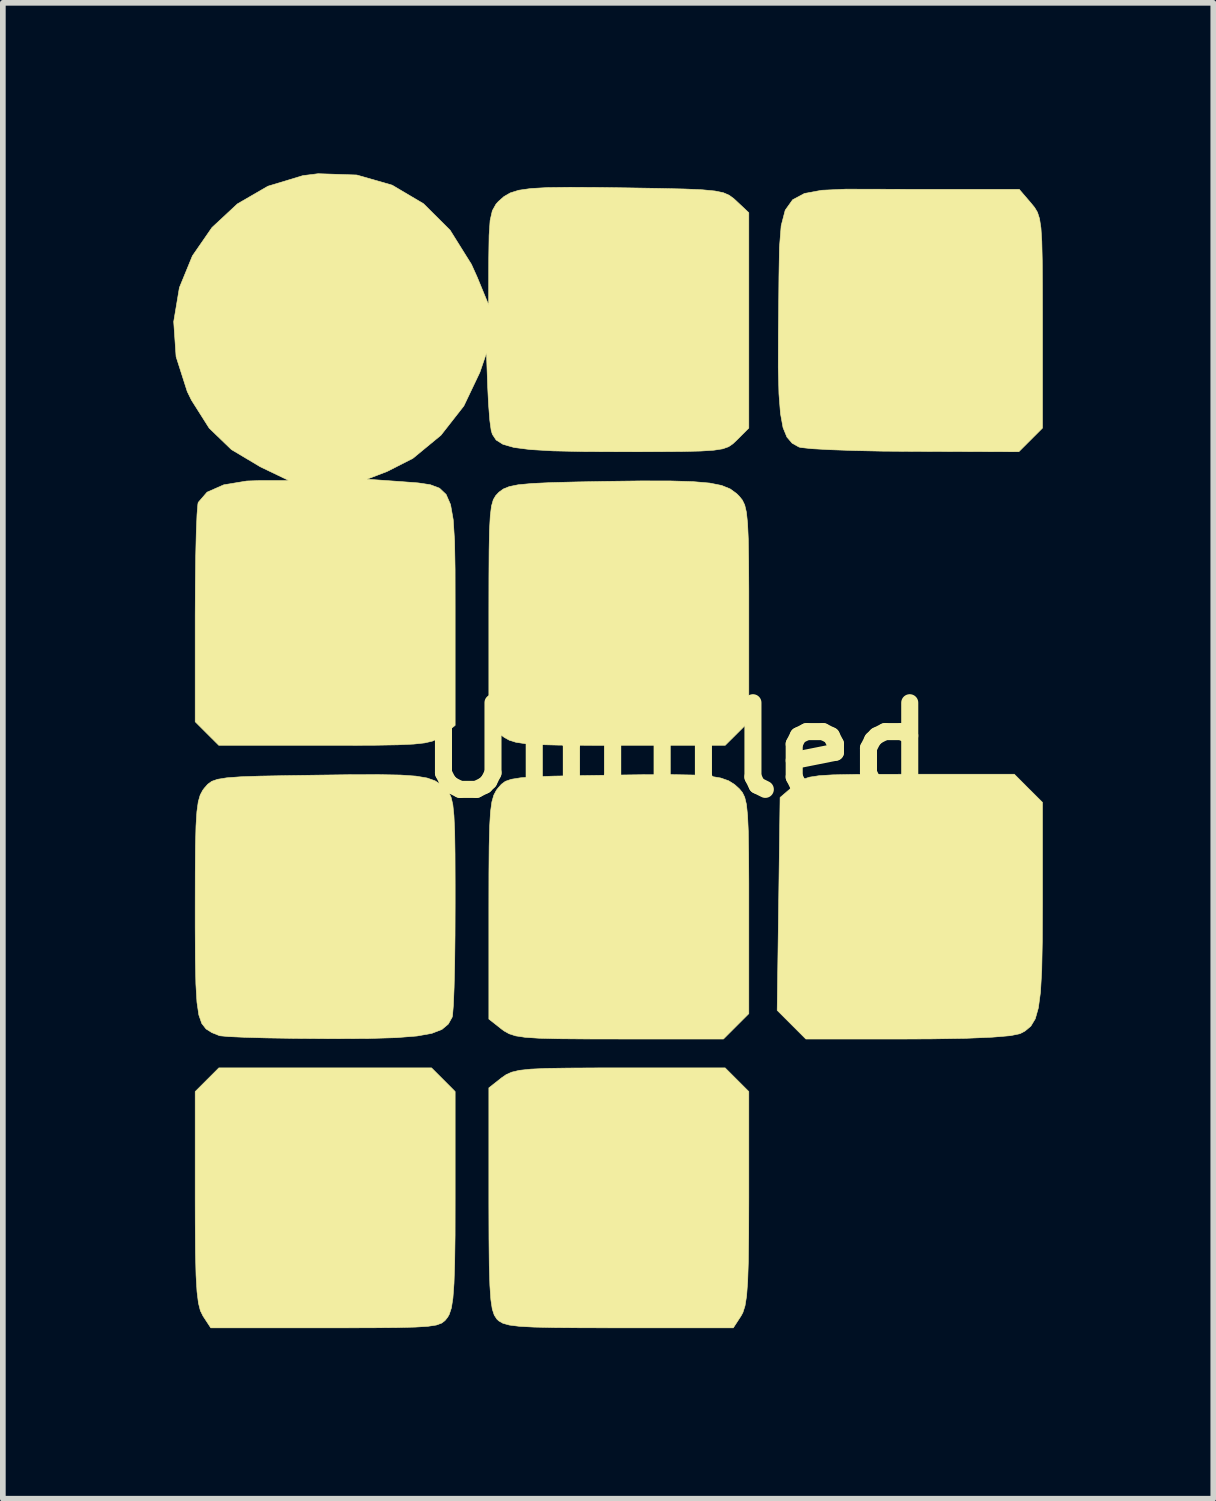
<source format=kicad_pcb>
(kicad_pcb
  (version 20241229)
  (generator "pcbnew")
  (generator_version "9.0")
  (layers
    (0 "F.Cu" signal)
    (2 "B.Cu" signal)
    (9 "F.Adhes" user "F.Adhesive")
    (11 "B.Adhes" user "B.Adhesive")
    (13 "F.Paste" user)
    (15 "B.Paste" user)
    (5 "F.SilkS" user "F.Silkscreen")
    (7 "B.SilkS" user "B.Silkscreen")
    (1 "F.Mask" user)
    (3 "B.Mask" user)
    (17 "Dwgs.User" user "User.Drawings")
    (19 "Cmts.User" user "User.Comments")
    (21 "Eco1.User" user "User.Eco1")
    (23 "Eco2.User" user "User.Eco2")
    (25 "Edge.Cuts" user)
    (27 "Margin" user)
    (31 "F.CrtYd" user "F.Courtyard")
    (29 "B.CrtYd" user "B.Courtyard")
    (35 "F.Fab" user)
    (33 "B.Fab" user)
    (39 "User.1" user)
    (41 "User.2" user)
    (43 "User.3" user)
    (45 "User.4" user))
  (footprint "Untitled"
    (layer "F.Cu")
    (at 8.85 10.144)
    (property "Reference" "Untitled" (at 0 0 0) (layer "F.SilkS") (effects (font (size 1.524 1.524) (thickness 0.3))))
    (attr through_hole)
    (fp_poly (pts (xy 6.187 0.671) (xy 6.435 0.918) (xy 6.435 2.699) (xy 6.432 3.358) (xy 6.422 3.869) (xy 6.4 4.253) (xy 6.363 4.531) (xy 6.308 4.725) (xy 6.23 4.854) (xy 6.126 4.941) (xy 6.04 4.986) (xy 5.873 5.021) (xy 5.55 5.048) (xy 5.082 5.068) (xy 4.484 5.078) (xy 4.054 5.08) (xy 2.273 5.08) (xy 1.769 4.576) (xy 1.795 2.704) (xy 1.82 0.832) (xy 2.058 0.628) (xy 2.14 0.56) (xy 2.227 0.51) (xy 2.34 0.474) (xy 2.505 0.449) (xy 2.744 0.434) (xy 3.083 0.427) (xy 3.545 0.424) (xy 4.118 0.423) (xy 5.94 0.423) (xy 6.187 0.671)) (stroke (width 0.01) (type solid)) (fill yes) (layer "F.SilkS"))
    (fp_poly (pts (xy -4.102 5.796) (xy -3.895 6.004) (xy -3.895 7.894) (xy -3.896 8.529) (xy -3.903 9.017) (xy -3.915 9.378) (xy -3.934 9.636) (xy -3.961 9.81) (xy -3.999 9.924) (xy -4.026 9.972) (xy -4.073 10.031) (xy -4.131 10.076) (xy -4.224 10.11) (xy -4.373 10.133) (xy -4.598 10.147) (xy -4.921 10.155) (xy -5.365 10.159) (xy -5.948 10.16) (xy -6.176 10.16) (xy -8.193 10.16) (xy -8.33 9.951) (xy -8.376 9.858) (xy -8.41 9.723) (xy -8.435 9.523) (xy -8.452 9.236) (xy -8.462 8.839) (xy -8.466 8.311) (xy -8.467 7.873) (xy -8.467 6.004) (xy -8.051 5.588) (xy -4.31 5.588) (xy -4.102 5.796)) (stroke (width 0.01) (type solid)) (fill yes) (layer "F.SilkS"))
    (fp_poly (pts (xy 1.27 6.004) (xy 1.27 7.873) (xy 1.268 8.502) (xy 1.262 8.985) (xy 1.25 9.342) (xy 1.231 9.598) (xy 1.203 9.774) (xy 1.165 9.893) (xy 1.133 9.951) (xy 0.997 10.16) (xy -1.013 10.16) (xy -1.652 10.159) (xy -2.142 10.155) (xy -2.507 10.147) (xy -2.766 10.133) (xy -2.941 10.111) (xy -3.054 10.08) (xy -3.126 10.039) (xy -3.162 10.005) (xy -3.207 9.936) (xy -3.242 9.83) (xy -3.267 9.663) (xy -3.284 9.416) (xy -3.295 9.065) (xy -3.3 8.591) (xy -3.302 7.972) (xy -3.302 7.895) (xy -3.302 5.939) (xy -3.079 5.763) (xy -2.997 5.706) (xy -2.9 5.663) (xy -2.766 5.631) (xy -2.571 5.61) (xy -2.292 5.597) (xy -1.904 5.591) (xy -1.384 5.588) (xy -1.001 5.588) (xy 0.854 5.588) (xy 1.27 6.004)) (stroke (width 0.01) (type solid)) (fill yes) (layer "F.SilkS"))
    (fp_poly (pts (xy 3.529 -9.866) (xy 4.116 -9.864) (xy 6.026 -9.864) (xy 6.23 -9.626) (xy 6.297 -9.544) (xy 6.347 -9.46) (xy 6.383 -9.348) (xy 6.408 -9.185) (xy 6.423 -8.949) (xy 6.431 -8.615) (xy 6.434 -8.16) (xy 6.435 -7.561) (xy 6.435 -5.665) (xy 6.227 -5.457) (xy 6.019 -5.249) (xy 4.174 -5.255) (xy 3.622 -5.259) (xy 3.119 -5.27) (xy 2.693 -5.285) (xy 2.372 -5.303) (xy 2.182 -5.324) (xy 2.151 -5.332) (xy 2.032 -5.399) (xy 1.94 -5.507) (xy 1.872 -5.673) (xy 1.827 -5.92) (xy 1.8 -6.266) (xy 1.788 -6.731) (xy 1.79 -7.336) (xy 1.794 -7.689) (xy 1.8 -8.338) (xy 1.809 -8.843) (xy 1.839 -9.224) (xy 1.91 -9.497) (xy 2.041 -9.681) (xy 2.249 -9.792) (xy 2.554 -9.848) (xy 2.974 -9.867) (xy 3.529 -9.866)) (stroke (width 0.01) (type solid)) (fill yes) (layer "F.SilkS"))
    (fp_poly (pts (xy -0.103 -4.735) (xy 0.291 -4.723) (xy 0.582 -4.698) (xy 0.792 -4.656) (xy 0.942 -4.595) (xy 1.055 -4.513) (xy 1.101 -4.467) (xy 1.156 -4.399) (xy 1.198 -4.312) (xy 1.228 -4.183) (xy 1.248 -3.991) (xy 1.261 -3.712) (xy 1.267 -3.323) (xy 1.27 -2.803) (xy 1.27 -2.393) (xy 1.27 -0.5) (xy 1.062 -0.292) (xy 0.854 -0.085) (xy -1.001 -0.085) (xy -1.61 -0.086) (xy -2.074 -0.089) (xy -2.416 -0.098) (xy -2.659 -0.114) (xy -2.826 -0.139) (xy -2.942 -0.175) (xy -3.03 -0.224) (xy -3.079 -0.26) (xy -3.302 -0.436) (xy -3.302 -2.406) (xy -3.301 -3.034) (xy -3.298 -3.515) (xy -3.291 -3.871) (xy -3.277 -4.123) (xy -3.256 -4.293) (xy -3.224 -4.405) (xy -3.181 -4.478) (xy -3.125 -4.537) (xy -3.124 -4.538) (xy -3.047 -4.594) (xy -2.943 -4.636) (xy -2.786 -4.668) (xy -2.552 -4.69) (xy -2.217 -4.706) (xy -1.756 -4.718) (xy -1.289 -4.727) (xy -0.622 -4.736) (xy -0.103 -4.735)) (stroke (width 0.01) (type solid)) (fill yes) (layer "F.SilkS"))
    (fp_poly (pts (xy 0.304 0.437) (xy 0.579 0.456) (xy 0.775 0.489) (xy 0.915 0.538) (xy 1.021 0.605) (xy 1.103 0.679) (xy 1.157 0.744) (xy 1.198 0.828) (xy 1.228 0.954) (xy 1.248 1.146) (xy 1.261 1.425) (xy 1.267 1.814) (xy 1.27 2.337) (xy 1.27 2.74) (xy 1.27 4.634) (xy 1.047 4.857) (xy 0.824 5.08) (xy -1.016 5.08) (xy -1.623 5.079) (xy -2.084 5.075) (xy -2.423 5.066) (xy -2.664 5.05) (xy -2.83 5.025) (xy -2.945 4.988) (xy -3.033 4.939) (xy -3.079 4.905) (xy -3.302 4.729) (xy -3.302 2.797) (xy -3.301 2.171) (xy -3.297 1.692) (xy -3.288 1.337) (xy -3.273 1.083) (xy -3.249 0.909) (xy -3.215 0.79) (xy -3.17 0.705) (xy -3.14 0.666) (xy -3.081 0.599) (xy -3.012 0.548) (xy -2.908 0.512) (xy -2.747 0.486) (xy -2.505 0.468) (xy -2.159 0.456) (xy -1.685 0.447) (xy -1.219 0.44) (xy -0.572 0.431) (xy -0.072 0.43) (xy 0.304 0.437)) (stroke (width 0.01) (type solid)) (fill yes) (layer "F.SilkS"))
    (fp_poly (pts (xy -4.86 0.437) (xy -4.586 0.456) (xy -4.39 0.489) (xy -4.25 0.538) (xy -4.144 0.605) (xy -4.062 0.679) (xy -4.007 0.744) (xy -3.966 0.829) (xy -3.936 0.957) (xy -3.916 1.151) (xy -3.903 1.433) (xy -3.897 1.827) (xy -3.895 2.355) (xy -3.895 2.702) (xy -3.897 3.253) (xy -3.903 3.751) (xy -3.913 4.17) (xy -3.926 4.484) (xy -3.941 4.666) (xy -3.947 4.695) (xy -4.015 4.817) (xy -4.127 4.911) (xy -4.304 4.98) (xy -4.565 5.027) (xy -4.931 5.056) (xy -5.421 5.071) (xy -6.057 5.074) (xy -6.198 5.073) (xy -6.726 5.069) (xy -7.202 5.061) (xy -7.597 5.05) (xy -7.883 5.037) (xy -8.033 5.023) (xy -8.043 5.02) (xy -8.175 4.967) (xy -8.276 4.903) (xy -8.351 4.807) (xy -8.403 4.657) (xy -8.436 4.433) (xy -8.455 4.112) (xy -8.464 3.675) (xy -8.467 3.098) (xy -8.467 2.79) (xy -8.466 2.166) (xy -8.462 1.688) (xy -8.453 1.334) (xy -8.437 1.081) (xy -8.413 0.907) (xy -8.379 0.789) (xy -8.334 0.704) (xy -8.305 0.666) (xy -8.246 0.599) (xy -8.176 0.548) (xy -8.073 0.512) (xy -7.912 0.486) (xy -7.67 0.468) (xy -7.324 0.456) (xy -6.849 0.447) (xy -6.383 0.44) (xy -5.736 0.431) (xy -5.236 0.43) (xy -4.86 0.437)) (stroke (width 0.01) (type solid)) (fill yes) (layer "F.SilkS"))
    (fp_poly (pts (xy -5.624 -10.116) (xy -5.003 -9.938) (xy -4.452 -9.612) (xy -3.984 -9.146) (xy -3.609 -8.546) (xy -3.507 -8.32) (xy -3.306 -7.832) (xy -3.304 -8.657) (xy -3.298 -9.053) (xy -3.28 -9.317) (xy -3.241 -9.488) (xy -3.177 -9.603) (xy -3.135 -9.65) (xy -3.038 -9.736) (xy -2.926 -9.801) (xy -2.777 -9.848) (xy -2.567 -9.878) (xy -2.274 -9.895) (xy -1.874 -9.9) (xy -1.344 -9.897) (xy -0.87 -9.89) (xy -0.291 -9.88) (xy 0.142 -9.87) (xy 0.456 -9.856) (xy 0.674 -9.835) (xy 0.821 -9.805) (xy 0.923 -9.761) (xy 1.003 -9.703) (xy 1.052 -9.658) (xy 1.27 -9.453) (xy 1.27 -5.665) (xy 1.062 -5.457) (xy 0.99 -5.389) (xy 0.914 -5.337) (xy 0.81 -5.3) (xy 0.655 -5.276) (xy 0.426 -5.261) (xy 0.098 -5.253) (xy -0.352 -5.25) (xy -0.947 -5.249) (xy -0.966 -5.249) (xy -1.645 -5.252) (xy -2.174 -5.264) (xy -2.572 -5.287) (xy -2.859 -5.324) (xy -3.053 -5.379) (xy -3.174 -5.455) (xy -3.24 -5.555) (xy -3.261 -5.624) (xy -3.285 -5.796) (xy -3.307 -6.076) (xy -3.323 -6.392) (xy -3.344 -6.985) (xy -3.46 -6.646) (xy -3.742 -6.054) (xy -4.145 -5.539) (xy -4.639 -5.132) (xy -5.091 -4.902) (xy -5.447 -4.766) (xy -4.824 -4.722) (xy -4.547 -4.701) (xy -4.332 -4.669) (xy -4.17 -4.608) (xy -4.054 -4.498) (xy -3.976 -4.32) (xy -3.929 -4.054) (xy -3.905 -3.68) (xy -3.896 -3.181) (xy -3.895 -2.536) (xy -3.895 -2.367) (xy -3.895 -0.436) (xy -4.118 -0.26) (xy -4.2 -0.203) (xy -4.296 -0.159) (xy -4.43 -0.128) (xy -4.625 -0.107) (xy -4.905 -0.094) (xy -5.293 -0.087) (xy -5.813 -0.085) (xy -6.196 -0.085) (xy -8.051 -0.085) (xy -8.259 -0.292) (xy -8.467 -0.5) (xy -8.467 -2.36) (xy -8.464 -2.911) (xy -8.458 -3.41) (xy -8.448 -3.83) (xy -8.435 -4.144) (xy -8.42 -4.326) (xy -8.414 -4.357) (xy -8.258 -4.538) (xy -7.965 -4.667) (xy -7.56 -4.734) (xy -7.349 -4.741) (xy -6.816 -4.741) (xy -7.324 -4.985) (xy -7.83 -5.287) (xy -8.221 -5.664) (xy -8.533 -6.157) (xy -8.607 -6.308) (xy -8.803 -6.921) (xy -8.845 -7.537) (xy -8.745 -8.135) (xy -8.516 -8.694) (xy -8.172 -9.192) (xy -7.725 -9.608) (xy -7.188 -9.919) (xy -6.574 -10.105) (xy -6.305 -10.139) (xy -5.624 -10.116)) (stroke (width 0.01) (type solid)) (fill yes) (layer "F.SilkS")))
  (gr_rect
    (start -3 -3)
    (end 18.289 23.309)
    (stroke (width 0.1) (type default))
    (fill no)
    (layer "Edge.Cuts")))
</source>
